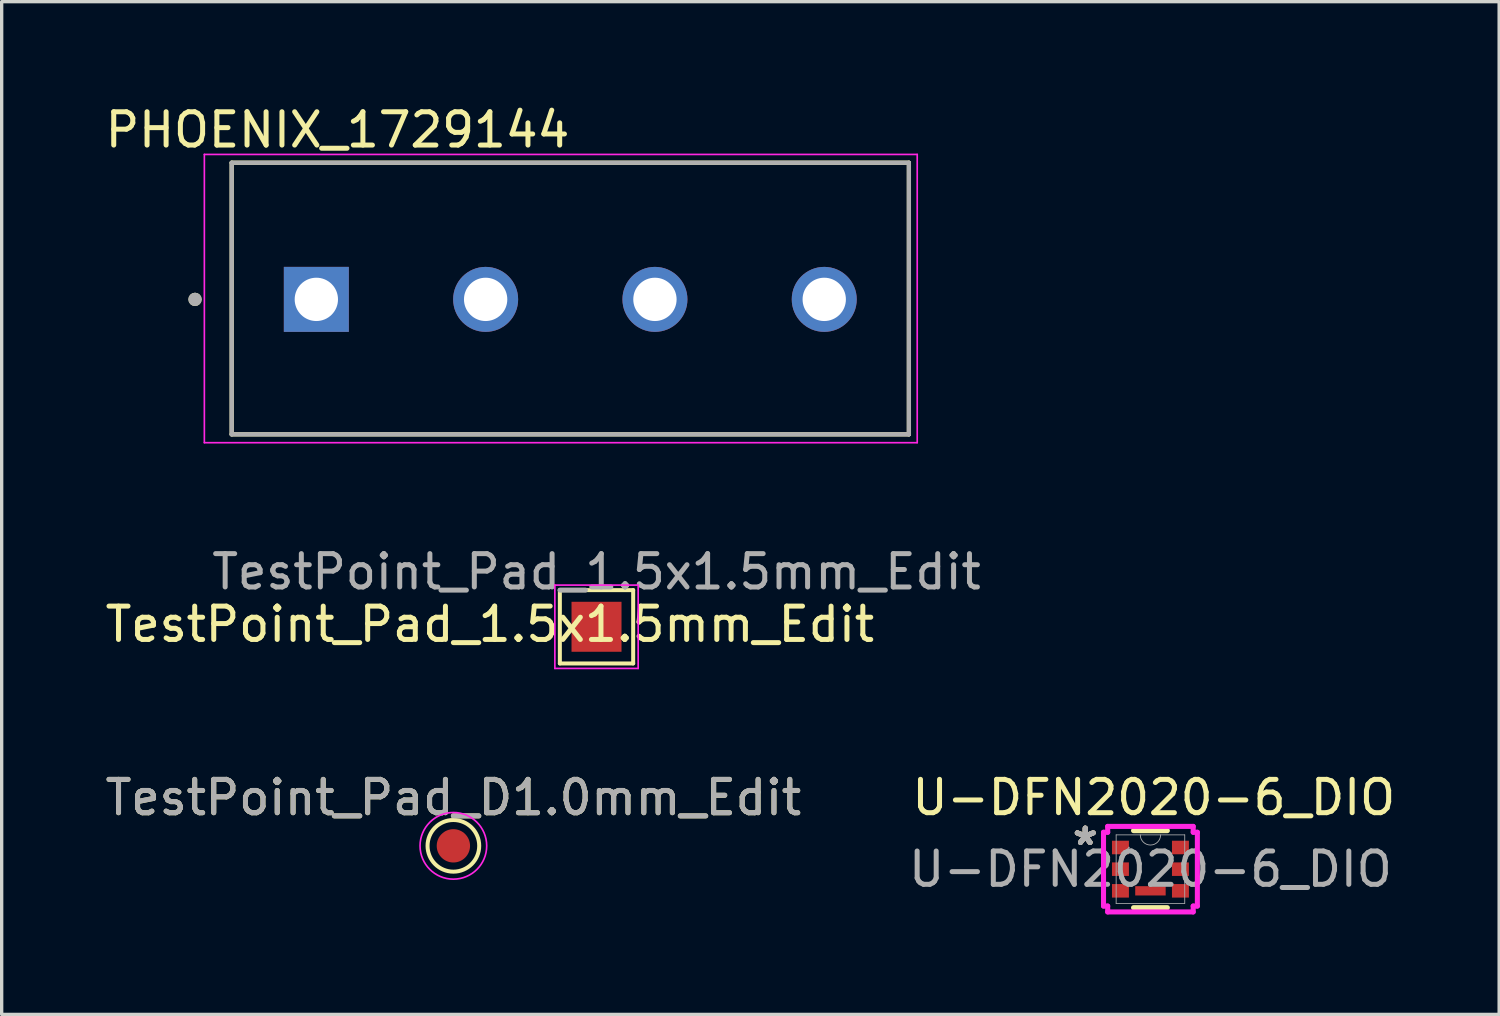
<source format=kicad_pcb>
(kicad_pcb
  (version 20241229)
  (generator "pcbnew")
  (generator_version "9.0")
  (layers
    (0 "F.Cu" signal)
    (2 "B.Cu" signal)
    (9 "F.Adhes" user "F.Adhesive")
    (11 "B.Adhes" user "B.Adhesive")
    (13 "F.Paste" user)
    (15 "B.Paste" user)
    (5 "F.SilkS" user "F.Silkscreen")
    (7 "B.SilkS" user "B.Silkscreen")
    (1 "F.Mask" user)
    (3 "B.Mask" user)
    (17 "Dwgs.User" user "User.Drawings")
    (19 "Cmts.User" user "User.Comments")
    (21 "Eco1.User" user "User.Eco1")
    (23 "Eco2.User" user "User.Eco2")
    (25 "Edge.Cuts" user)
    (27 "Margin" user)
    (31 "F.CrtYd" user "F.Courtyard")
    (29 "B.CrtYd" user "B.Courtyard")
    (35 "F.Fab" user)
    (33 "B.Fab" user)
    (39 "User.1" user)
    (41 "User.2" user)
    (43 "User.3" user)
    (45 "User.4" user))
  (footprint "TestPoint_Pad_D1.0mm_Edit"
    (layer "F.Cu")
    (at 10.554 22.33)
    (property "Reference" "TestPoint_Pad_D1.0mm_Edit" (at 0 -1.448 0) (layer "F.SilkS") (effects (font (size 1 1) (thickness 0.15))))
    (attr exclude_from_pos_files exclude_from_bom)
    (fp_circle (center 0 0) (end 0 0.775) (stroke (width 0.12) (type solid)) (fill no) (layer "F.SilkS"))
    (fp_circle (center 0 0) (end 1 0) (stroke (width 0.05) (type solid)) (fill no) (layer "F.CrtYd"))
    (fp_text user "${REFERENCE}" (at 0 -1.45 0) (layer "F.Fab") (effects (font (size 1 1) (thickness 0.15))))
    (pad "1" smd circle (at 0 0) (size 1 1) (layers "F.Cu" "F.Mask")))
  (footprint "TestPoint_Pad_1.5x1.5mm_Edit"
    (layer "F.Cu")
    (at 14.849 15.757)
    (property "Reference" "TestPoint_Pad_1.5x1.5mm_Edit" (at -3.2 -0.075 0) (layer "F.SilkS") (effects (font (size 1 1) (thickness 0.15))))
    (attr exclude_from_pos_files)
    (fp_line (start -1.1 -1.1) (end 1.1 -1.1) (stroke (width 0.12) (type solid)) (layer "F.SilkS"))
    (fp_line (start -1.1 1.1) (end -1.1 -1.1) (stroke (width 0.12) (type solid)) (layer "F.SilkS"))
    (fp_line (start 1.1 -1.1) (end 1.1 1.1) (stroke (width 0.12) (type solid)) (layer "F.SilkS"))
    (fp_line (start 1.1 1.1) (end -1.1 1.1) (stroke (width 0.12) (type solid)) (layer "F.SilkS"))
    (fp_line (start -1.25 -1.25) (end -1.25 1.25) (stroke (width 0.05) (type solid)) (layer "F.CrtYd"))
    (fp_line (start -1.25 -1.25) (end 1.25 -1.25) (stroke (width 0.05) (type solid)) (layer "F.CrtYd"))
    (fp_line (start 1.25 1.25) (end -1.25 1.25) (stroke (width 0.05) (type solid)) (layer "F.CrtYd"))
    (fp_line (start 1.25 1.25) (end 1.25 -1.25) (stroke (width 0.05) (type solid)) (layer "F.CrtYd"))
    (fp_text user "${REFERENCE}" (at 0 -1.65 0) (layer "F.Fab") (effects (font (size 1 1) (thickness 0.15))))
    (pad "1" smd rect (at 0 0) (size 1.5 1.5) (layers "F.Cu" "F.Mask")))
  (footprint "PHOENIX_1729144"
    (layer "F.Cu")
    (at 3.902 9.983)
    (property "Reference" "PHOENIX_1729144" (at 3.175 -9.135 0) (layer "F.SilkS") (effects (font (size 1 1) (thickness 0.15))))
    (attr through_hole)
    (fp_line (start 0 -8.15) (end 0 0) (stroke (width 0.127) (type solid)) (layer "F.SilkS"))
    (fp_line (start 0 0) (end 20.32 0) (stroke (width 0.127) (type solid)) (layer "F.SilkS"))
    (fp_line (start 20.32 -8.15) (end 0 -8.15) (stroke (width 0.127) (type solid)) (layer "F.SilkS"))
    (fp_line (start 20.32 0) (end 20.32 -8.15) (stroke (width 0.127) (type solid)) (layer "F.SilkS"))
    (fp_circle (center -1.1 -4.05) (end -1 -4.05) (stroke (width 0.2) (type solid)) (fill no) (layer "F.SilkS"))
    (fp_line (start -0.82 -8.4) (end -0.82 0.25) (stroke (width 0.05) (type solid)) (layer "F.CrtYd"))
    (fp_line (start -0.82 0.25) (end 20.57 0.25) (stroke (width 0.05) (type solid)) (layer "F.CrtYd"))
    (fp_line (start 20.57 -8.4) (end -0.82 -8.4) (stroke (width 0.05) (type solid)) (layer "F.CrtYd"))
    (fp_line (start 20.57 0.25) (end 20.57 -8.4) (stroke (width 0.05) (type solid)) (layer "F.CrtYd"))
    (fp_line (start 0 -8.15) (end 0 0) (stroke (width 0.127) (type solid)) (layer "F.Fab"))
    (fp_line (start 0 0) (end 20.32 0) (stroke (width 0.127) (type solid)) (layer "F.Fab"))
    (fp_line (start 20.32 -8.15) (end 0 -8.15) (stroke (width 0.127) (type solid)) (layer "F.Fab"))
    (fp_line (start 20.32 0) (end 20.32 -8.15) (stroke (width 0.127) (type solid)) (layer "F.Fab"))
    (fp_circle (center -1.1 -4.05) (end -1 -4.05) (stroke (width 0.2) (type solid)) (fill no) (layer "F.Fab"))
    (pad "1" thru_hole rect (at 2.54 -4.05) (size 1.95 1.95) (drill 1.3) (layers "*.Cu" "*.Mask"))
    (pad "2" thru_hole circle (at 7.62 -4.05) (size 1.95 1.95) (drill 1.3) (layers "*.Cu" "*.Mask"))
    (pad "3" thru_hole circle (at 12.7 -4.05) (size 1.95 1.95) (drill 1.3) (layers "*.Cu" "*.Mask"))
    (pad "4" thru_hole circle (at 17.78 -4.05) (size 1.95 1.95) (drill 1.3) (layers "*.Cu" "*.Mask")))
  (footprint "U-DFN2020-6_DIO"
    (layer "F.Cu")
    (at 31.47 23.03)
    (property "Reference" "U-DFN2020-6_DIO" (at 0.1 -2.15 0) (unlocked yes) (layer "F.SilkS") (effects (font (size 1 1) (thickness 0.15))))
    (attr smd)
    (fp_poly (pts (xy -0.8 -0.853) (xy -0.8 0.203) (xy 0.8 0.203) (xy 0.8 -0.853)) (stroke (width 0) (type solid)) (fill yes) (layer "F.Mask"))
    (fp_line (start -0.507 1.156) (end 0.507 1.156) (stroke (width 0.152) (type solid)) (layer "F.SilkS"))
    (fp_line (start 0.507 -1.156) (end -0.507 -1.156) (stroke (width 0.152) (type solid)) (layer "F.SilkS"))
    (fp_poly (pts (xy -0.8 -0.853) (xy -0.8 0.203) (xy 0.8 0.203) (xy 0.8 -0.853)) (stroke (width 0) (type solid)) (fill yes) (layer "F.Paste"))
    (fp_line (start -1.408 -1.107) (end -1.283 -1.107) (stroke (width 0.152) (type solid)) (layer "F.CrtYd"))
    (fp_line (start -1.408 1.107) (end -1.408 -1.107) (stroke (width 0.152) (type solid)) (layer "F.CrtYd"))
    (fp_line (start -1.408 1.107) (end -1.283 1.107) (stroke (width 0.152) (type solid)) (layer "F.CrtYd"))
    (fp_line (start -1.283 -1.283) (end 1.283 -1.283) (stroke (width 0.152) (type solid)) (layer "F.CrtYd"))
    (fp_line (start -1.283 -1.107) (end -1.283 -1.283) (stroke (width 0.152) (type solid)) (layer "F.CrtYd"))
    (fp_line (start -1.283 1.283) (end -1.283 1.107) (stroke (width 0.152) (type solid)) (layer "F.CrtYd"))
    (fp_line (start 1.283 -1.283) (end 1.283 -1.107) (stroke (width 0.152) (type solid)) (layer "F.CrtYd"))
    (fp_line (start 1.283 1.107) (end 1.283 1.283) (stroke (width 0.152) (type solid)) (layer "F.CrtYd"))
    (fp_line (start 1.283 1.283) (end -1.283 1.283) (stroke (width 0.152) (type solid)) (layer "F.CrtYd"))
    (fp_line (start 1.408 -1.107) (end 1.283 -1.107) (stroke (width 0.152) (type solid)) (layer "F.CrtYd"))
    (fp_line (start 1.408 -1.107) (end 1.408 1.107) (stroke (width 0.152) (type solid)) (layer "F.CrtYd"))
    (fp_line (start 1.408 1.107) (end 1.283 1.107) (stroke (width 0.152) (type solid)) (layer "F.CrtYd"))
    (fp_line (start -1.029 -1.029) (end -1.029 1.029) (stroke (width 0.025) (type solid)) (layer "F.Fab"))
    (fp_line (start -1.029 1.029) (end 1.029 1.029) (stroke (width 0.025) (type solid)) (layer "F.Fab"))
    (fp_line (start 1.029 -1.029) (end -1.029 -1.029) (stroke (width 0.025) (type solid)) (layer "F.Fab"))
    (fp_line (start 1.029 1.029) (end 1.029 -1.029) (stroke (width 0.025) (type solid)) (layer "F.Fab"))
    (fp_arc (start 0.3048 -1.0287) (mid 0 -0.7239) (end -0.3048 -1.0287) (stroke (width 0.0254) (type solid)) (layer "F.Fab"))
    (fp_circle (center -0.646 -0.65) (end -0.646 -0.65) (stroke (width 0.025) (type solid)) (fill no) (layer "F.Fab"))
    (fp_text user "*" (at -1.956 -0.686 0) (layer "F.SilkS") (effects (font (size 1 1) (thickness 0.15))))
    (fp_text user "*" (at -1.956 -0.686 0) (unlocked yes) (layer "F.SilkS") (effects (font (size 1 1) (thickness 0.15))))
    (fp_text user "*" (at -1.956 -0.686 0) (unlocked yes) (layer "B.SilkS") (effects (font (size 1 1) (thickness 0.15))))
    (fp_text user "*" (at -1.956 -0.686 0) (layer "F.Fab") (effects (font (size 1 1) (thickness 0.15))))
    (fp_text user "*" (at -1.956 -0.686 0) (unlocked yes) (layer "F.Fab") (effects (font (size 1 1) (thickness 0.15))))
    (fp_text user "${REFERENCE}" (at 0 0 0) (unlocked yes) (layer "F.Fab") (effects (font (size 1 1) (thickness 0.15))))
    (pad "1" smd rect (at -0.9 -0.65) (size 0.508 0.406) (layers "F.Cu" "F.Mask" "F.Paste"))
    (pad "1" smd rect (at -0.9 0) (size 0.508 0.406) (layers "F.Cu" "F.Mask" "F.Paste"))
    (pad "1" smd rect (at 0.9 -0.65) (size 0.508 0.406) (layers "F.Cu" "F.Mask" "F.Paste"))
    (pad "1" smd rect (at 0.9 0) (size 0.508 0.406) (layers "F.Cu" "F.Mask" "F.Paste"))
    (pad "2" smd rect (at -0.9 0.65) (size 0.508 0.406) (layers "F.Cu" "F.Mask" "F.Paste"))
    (pad "3" smd rect (at 0 0.65) (size 0.914 0.279) (layers "F.Cu" "F.Mask" "F.Paste"))
    (pad "3" smd rect (at 0.9 0.65) (size 0.508 0.406) (layers "F.Cu" "F.Mask" "F.Paste")))
  (gr_rect
    (start -3 -3)
    (end 41.933 27.389)
    (stroke (width 0.1) (type default))
    (fill no)
    (layer "Edge.Cuts")))
</source>
